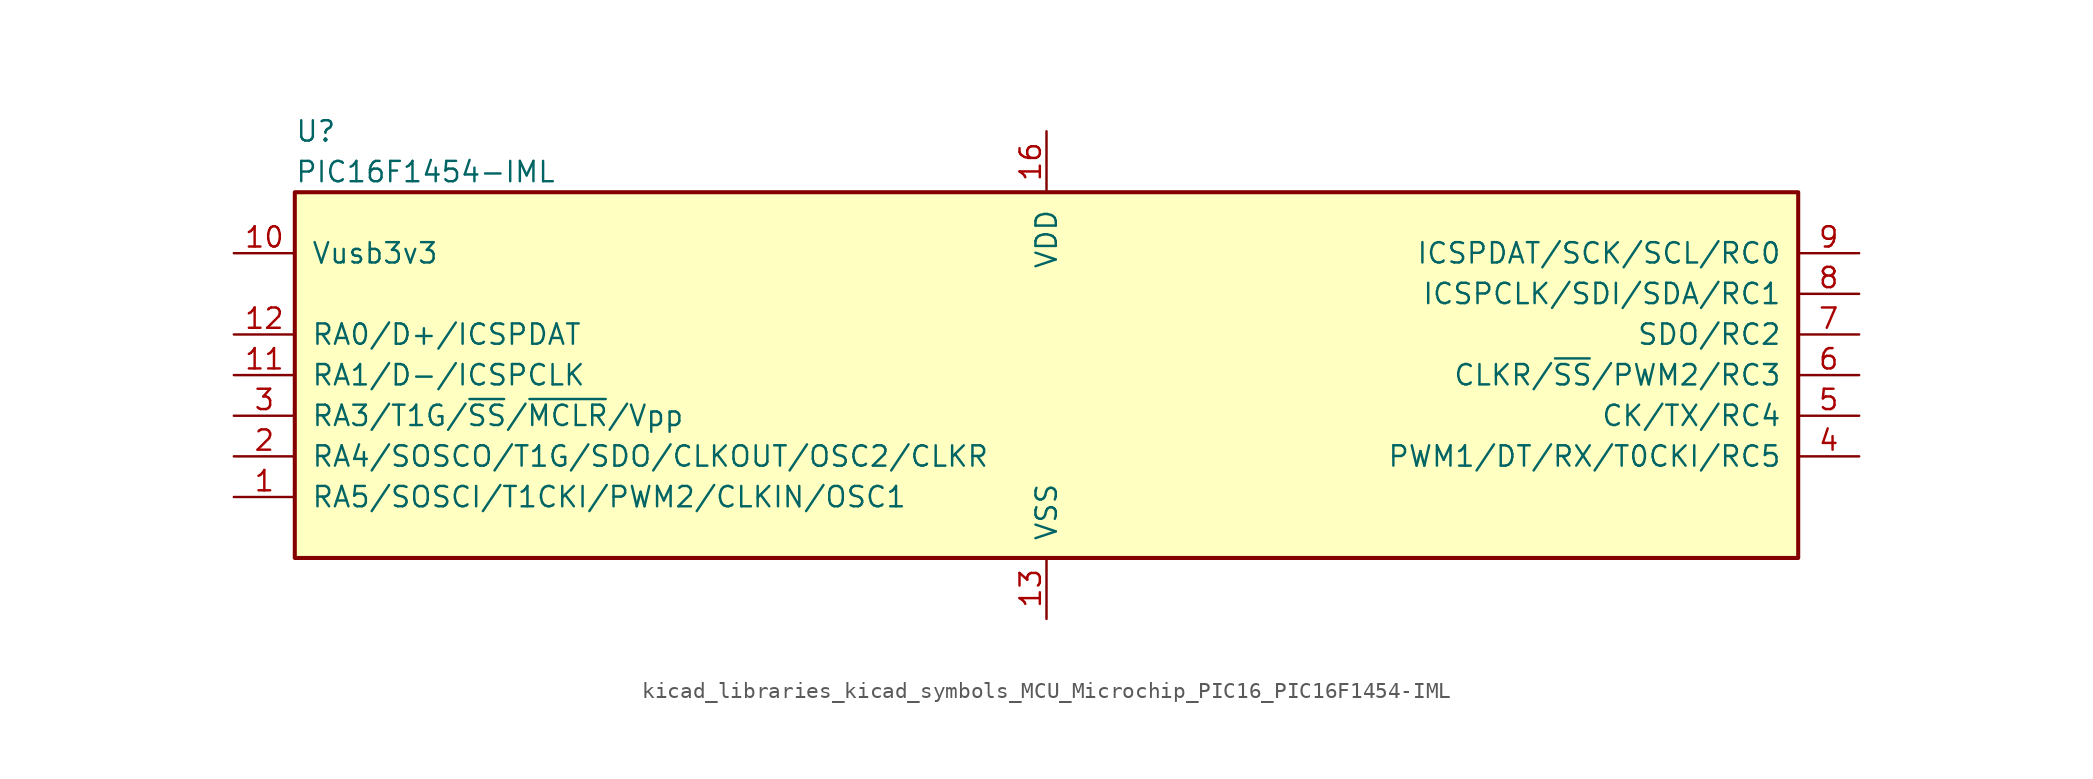
<source format=kicad_sym>
(kicad_symbol_lib
  (version 20220914)
  (generator kicad_symbol_editor)
  (symbol "kicad_libraries_kicad_symbols_MCU_Microchip_PIC16_PIC16F1454-IML"
    (pin_names
      (offset 1.016))
    (property "Reference" "U"
      (at -46.99 15.24 0)
      (effects (font (size 1.27 1.27)) (justify left)))
    (property "Value" "PIC16F1454-IML"
      (at -46.99 12.7 0)
      (effects (font (size 1.27 1.27)) (justify left)))
    (symbol "kicad_libraries_kicad_symbols_MCU_Microchip_PIC16_PIC16F1454-IML_0_1"
      (rectangle (start -46.99 11.43) (end 46.99 -11.43) (stroke (width 0.254) (type default)) (fill (type background))))
    (symbol "kicad_libraries_kicad_symbols_MCU_Microchip_PIC16_PIC16F1454-IML_1_1"
      (pin bidirectional line (at -50.8 -7.62 0) (length 3.81) (name "RA5/SOSCI/T1CKI/PWM2/CLKIN/OSC1" (effects (font (size 1.27 1.27)))) (number "1" (effects (font (size 1.27 1.27)))))
      (pin bidirectional line (at -50.8 7.62 0) (length 3.81) (name "Vusb3v3" (effects (font (size 1.27 1.27)))) (number "10" (effects (font (size 1.27 1.27)))))
      (pin bidirectional line (at -50.8 0 0) (length 3.81) (name "RA1/D-/ICSPCLK" (effects (font (size 1.27 1.27)))) (number "11" (effects (font (size 1.27 1.27)))))
      (pin bidirectional line (at -50.8 2.54 0) (length 3.81) (name "RA0/D+/ICSPDAT" (effects (font (size 1.27 1.27)))) (number "12" (effects (font (size 1.27 1.27)))))
      (pin power_in line (at 0 -15.24 90) (length 3.81) (name "VSS" (effects (font (size 1.27 1.27)))) (number "13" (effects (font (size 1.27 1.27)))))
      (pin power_in line (at 0 15.24 270) (length 3.81) (name "VDD" (effects (font (size 1.27 1.27)))) (number "16" (effects (font (size 1.27 1.27)))))
      (pin bidirectional line (at -50.8 -5.08 0) (length 3.81) (name "RA4/SOSCO/T1G/SDO/CLKOUT/OSC2/CLKR" (effects (font (size 1.27 1.27)))) (number "2" (effects (font (size 1.27 1.27)))))
      (pin input line (at -50.8 -2.54 0) (length 3.81) (name "RA3/T1G/~{SS}/~{MCLR}/Vpp" (effects (font (size 1.27 1.27)))) (number "3" (effects (font (size 1.27 1.27)))))
      (pin bidirectional line (at 50.8 -5.08 180) (length 3.81) (name "PWM1/DT/RX/T0CKI/RC5" (effects (font (size 1.27 1.27)))) (number "4" (effects (font (size 1.27 1.27)))))
      (pin bidirectional line (at 50.8 -2.54 180) (length 3.81) (name "CK/TX/RC4" (effects (font (size 1.27 1.27)))) (number "5" (effects (font (size 1.27 1.27)))))
      (pin bidirectional line (at 50.8 0 180) (length 3.81) (name "CLKR/~{SS}/PWM2/RC3" (effects (font (size 1.27 1.27)))) (number "6" (effects (font (size 1.27 1.27)))))
      (pin bidirectional line (at 50.8 2.54 180) (length 3.81) (name "SDO/RC2" (effects (font (size 1.27 1.27)))) (number "7" (effects (font (size 1.27 1.27)))))
      (pin bidirectional line (at 50.8 5.08 180) (length 3.81) (name "ICSPCLK/SDI/SDA/RC1" (effects (font (size 1.27 1.27)))) (number "8" (effects (font (size 1.27 1.27)))))
      (pin bidirectional line (at 50.8 7.62 180) (length 3.81) (name "ICSPDAT/SCK/SCL/RC0" (effects (font (size 1.27 1.27)))) (number "9" (effects (font (size 1.27 1.27))))))))
</source>
